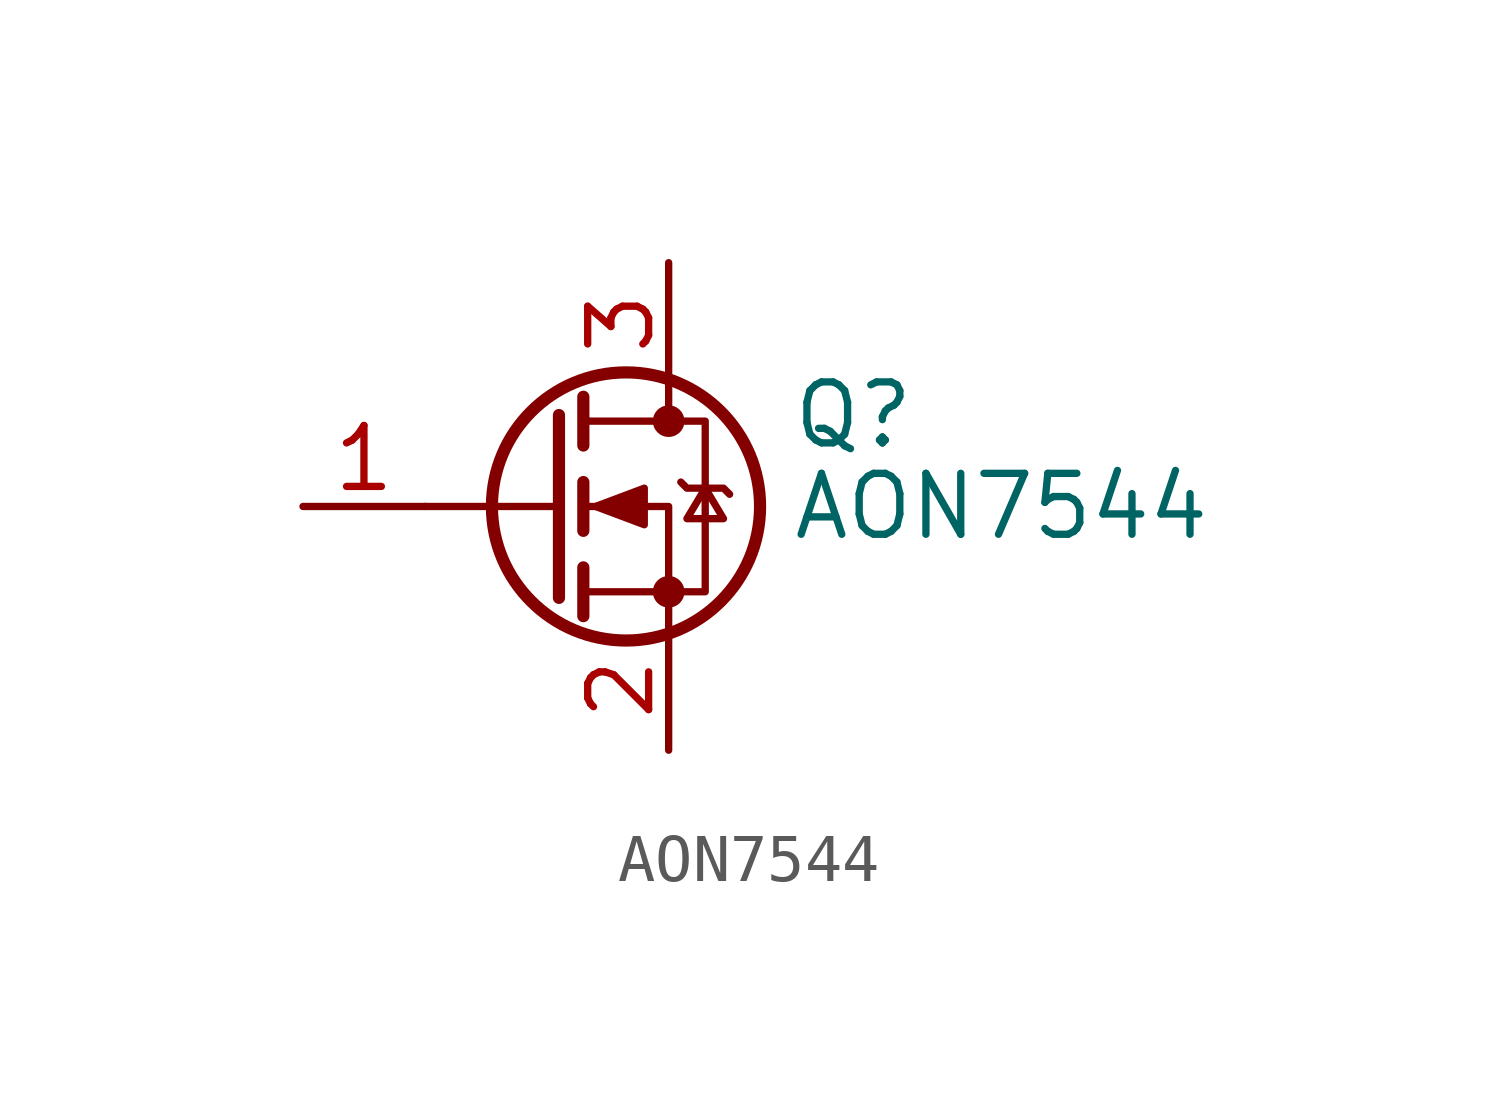
<source format=kicad_sym>
(kicad_symbol_lib
  (version 20220914)
  (generator kicad_symbol_editor)
  (symbol "AON7544"
    (pin_names hide)
    (property "Reference" "Q"
      (at 5.08 1.905 0)
      (effects (font (size 1.27 1.27)) (justify left)))
    (property "Value" "AON7544"
      (at 5.08 0 0)
      (effects (font (size 1.27 1.27)) (justify left)))
    (symbol "AON7544_0_1"
      (polyline (pts (xy 0.254 0) (xy -2.54 0)) (stroke (width 0) (type default)) (fill (type none)))
      (polyline (pts (xy 0.254 1.905) (xy 0.254 -1.905)) (stroke (width 0.254) (type default)) (fill (type none)))
      (polyline (pts (xy 0.762 -1.27) (xy 0.762 -2.286)) (stroke (width 0.254) (type default)) (fill (type none)))
      (polyline (pts (xy 0.762 0.508) (xy 0.762 -0.508)) (stroke (width 0.254) (type default)) (fill (type none)))
      (polyline (pts (xy 0.762 2.286) (xy 0.762 1.27)) (stroke (width 0.254) (type default)) (fill (type none)))
      (polyline (pts (xy 2.54 2.54) (xy 2.54 1.778)) (stroke (width 0) (type default)) (fill (type none)))
      (polyline (pts (xy 2.54 -2.54) (xy 2.54 0) (xy 0.762 0)) (stroke (width 0) (type default)) (fill (type none)))
      (polyline (pts (xy 0.762 -1.778) (xy 3.302 -1.778) (xy 3.302 1.778) (xy 0.762 1.778)) (stroke (width 0) (type default)) (fill (type none)))
      (polyline (pts (xy 1.016 0) (xy 2.032 0.381) (xy 2.032 -0.381) (xy 1.016 0)) (stroke (width 0) (type default)) (fill (type outline)))
      (polyline (pts (xy 2.794 0.508) (xy 2.921 0.381) (xy 3.683 0.381) (xy 3.81 0.254)) (stroke (width 0) (type default)) (fill (type none)))
      (polyline (pts (xy 3.302 0.381) (xy 2.921 -0.254) (xy 3.683 -0.254) (xy 3.302 0.381)) (stroke (width 0) (type default)) (fill (type none)))
      (circle (center 1.651 0) (radius 2.794) (stroke (width 0.254) (type default)) (fill (type none)))
      (circle (center 2.54 -1.778) (radius 0.254) (stroke (width 0) (type default)) (fill (type outline)))
      (circle (center 2.54 1.778) (radius 0.254) (stroke (width 0) (type default)) (fill (type outline))))
    (symbol "AON7544_1_1"
      (pin input line (at -5.08 0 0) (length 2.54) (name "G" (effects (font (size 1.27 1.27)))) (number "1" (effects (font (size 1.27 1.27)))))
      (pin passive line (at 2.54 -5.08 90) (length 2.54) (name "S" (effects (font (size 1.27 1.27)))) (number "2" (effects (font (size 1.27 1.27)))))
      (pin passive line (at 2.54 5.08 270) (length 2.54) (name "D" (effects (font (size 1.27 1.27)))) (number "3" (effects (font (size 1.27 1.27))))))))
</source>
